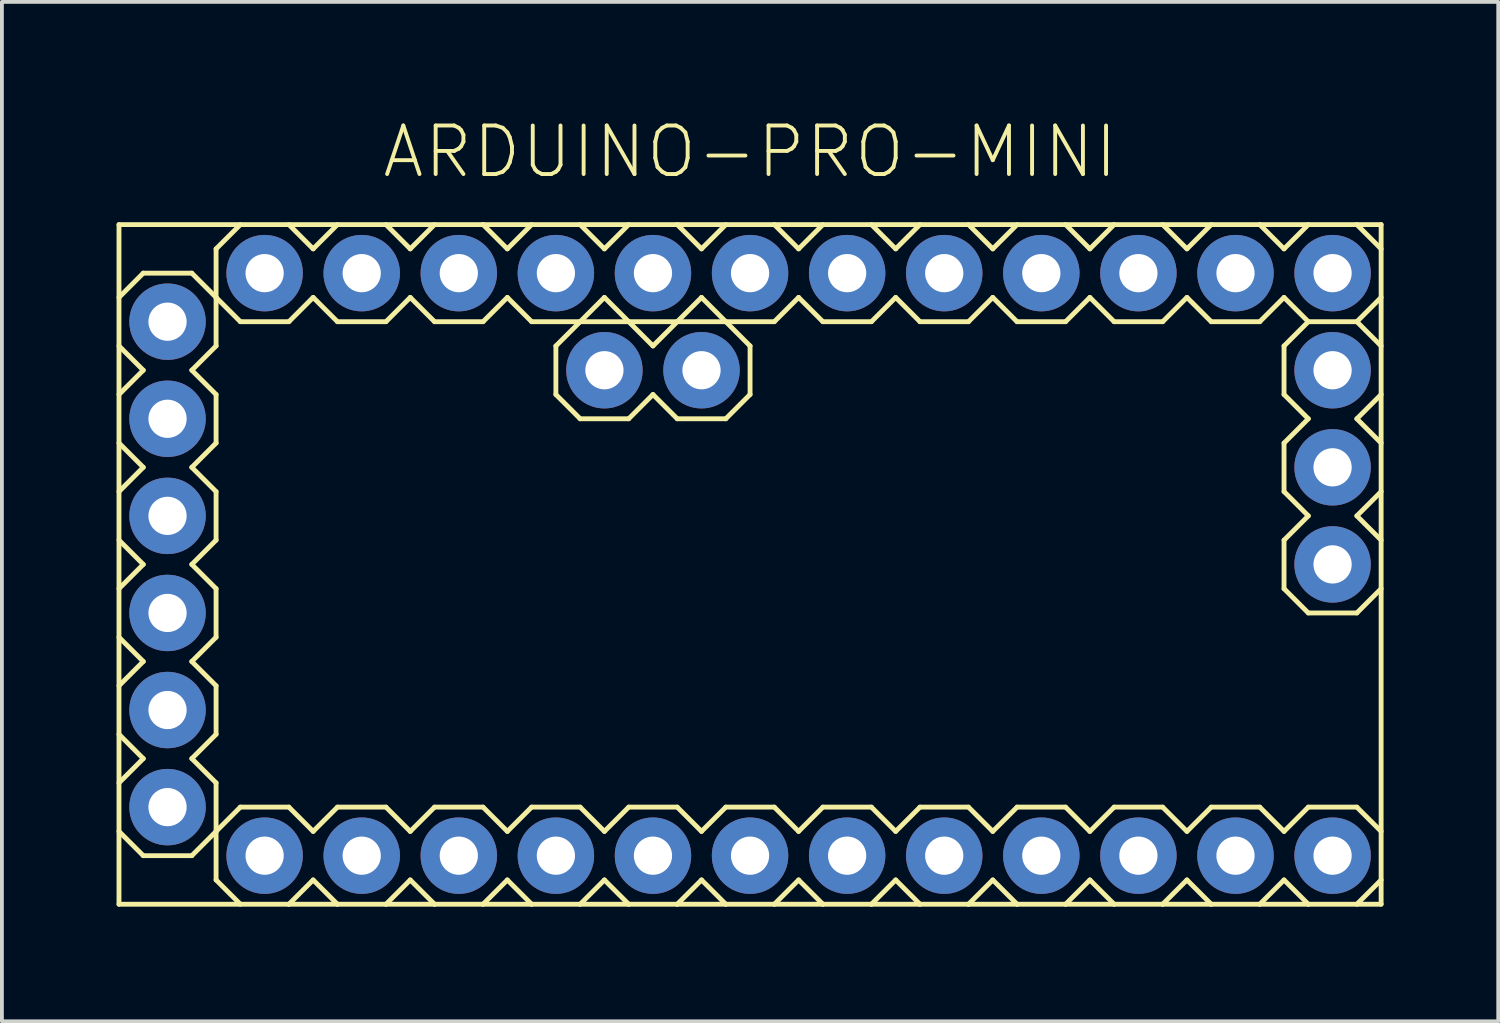
<source format=kicad_pcb>
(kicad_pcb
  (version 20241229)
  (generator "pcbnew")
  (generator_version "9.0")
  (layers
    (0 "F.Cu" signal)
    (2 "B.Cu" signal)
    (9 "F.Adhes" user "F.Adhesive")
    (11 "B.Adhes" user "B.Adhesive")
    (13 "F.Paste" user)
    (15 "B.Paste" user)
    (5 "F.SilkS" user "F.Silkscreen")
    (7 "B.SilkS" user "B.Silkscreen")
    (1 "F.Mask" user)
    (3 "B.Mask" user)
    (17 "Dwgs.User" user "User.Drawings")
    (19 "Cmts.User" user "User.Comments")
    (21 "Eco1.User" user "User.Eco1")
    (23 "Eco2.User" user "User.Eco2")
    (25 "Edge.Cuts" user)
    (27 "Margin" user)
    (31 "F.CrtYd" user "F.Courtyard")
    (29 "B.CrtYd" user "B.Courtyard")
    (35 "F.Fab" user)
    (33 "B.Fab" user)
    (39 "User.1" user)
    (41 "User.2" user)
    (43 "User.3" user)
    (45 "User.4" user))
  (footprint "ARDUINO-PRO-MINI"
    (layer "F.Cu")
    (at 16.573 11.716)
    (property "Reference" "ARDUINO-PRO-MINI" (at 0 -10.795 0) (layer "F.SilkS") (effects (font (size 1.27 1.27) (thickness 0.102))))
    (attr exclude_from_pos_files exclude_from_bom)
    (fp_line (start -16.51 -8.89) (end -16.51 8.89) (stroke (width 0.127) (type solid)) (layer "F.SilkS"))
    (fp_line (start -16.51 -5.715) (end -15.875 -5.08) (stroke (width 0.127) (type solid)) (layer "F.SilkS"))
    (fp_line (start -16.51 -3.175) (end -15.875 -2.54) (stroke (width 0.127) (type solid)) (layer "F.SilkS"))
    (fp_line (start -16.51 -0.635) (end -15.875 0) (stroke (width 0.127) (type solid)) (layer "F.SilkS"))
    (fp_line (start -16.51 1.905) (end -15.875 2.54) (stroke (width 0.127) (type solid)) (layer "F.SilkS"))
    (fp_line (start -16.51 4.445) (end -15.875 5.08) (stroke (width 0.127) (type solid)) (layer "F.SilkS"))
    (fp_line (start -16.51 6.985) (end -15.875 7.62) (stroke (width 0.127) (type solid)) (layer "F.SilkS"))
    (fp_line (start -16.51 8.89) (end -12.065 8.89) (stroke (width 0.127) (type solid)) (layer "F.SilkS"))
    (fp_line (start -15.875 -7.62) (end -16.51 -6.985) (stroke (width 0.127) (type solid)) (layer "F.SilkS"))
    (fp_line (start -15.875 -5.08) (end -16.51 -4.445) (stroke (width 0.127) (type solid)) (layer "F.SilkS"))
    (fp_line (start -15.875 -2.54) (end -16.51 -1.905) (stroke (width 0.127) (type solid)) (layer "F.SilkS"))
    (fp_line (start -15.875 0) (end -16.51 0.635) (stroke (width 0.127) (type solid)) (layer "F.SilkS"))
    (fp_line (start -15.875 2.54) (end -16.51 3.175) (stroke (width 0.127) (type solid)) (layer "F.SilkS"))
    (fp_line (start -15.875 5.08) (end -16.51 5.715) (stroke (width 0.127) (type solid)) (layer "F.SilkS"))
    (fp_line (start -15.875 7.62) (end -14.605 7.62) (stroke (width 0.127) (type solid)) (layer "F.SilkS"))
    (fp_line (start -14.605 -7.62) (end -15.875 -7.62) (stroke (width 0.127) (type solid)) (layer "F.SilkS"))
    (fp_line (start -14.605 -5.08) (end -13.97 -5.715) (stroke (width 0.127) (type solid)) (layer "F.SilkS"))
    (fp_line (start -14.605 -2.54) (end -13.97 -3.175) (stroke (width 0.127) (type solid)) (layer "F.SilkS"))
    (fp_line (start -14.605 0) (end -13.97 -0.635) (stroke (width 0.127) (type solid)) (layer "F.SilkS"))
    (fp_line (start -14.605 2.54) (end -13.97 1.905) (stroke (width 0.127) (type solid)) (layer "F.SilkS"))
    (fp_line (start -14.605 5.08) (end -13.97 4.445) (stroke (width 0.127) (type solid)) (layer "F.SilkS"))
    (fp_line (start -14.605 7.62) (end -13.97 6.985) (stroke (width 0.127) (type solid)) (layer "F.SilkS"))
    (fp_line (start -13.97 -8.255) (end -13.97 -6.985) (stroke (width 0.127) (type solid)) (layer "F.SilkS"))
    (fp_line (start -13.97 -6.985) (end -14.605 -7.62) (stroke (width 0.127) (type solid)) (layer "F.SilkS"))
    (fp_line (start -13.97 -6.985) (end -13.335 -6.35) (stroke (width 0.127) (type solid)) (layer "F.SilkS"))
    (fp_line (start -13.97 -5.715) (end -13.97 -6.985) (stroke (width 0.127) (type solid)) (layer "F.SilkS"))
    (fp_line (start -13.97 -4.445) (end -14.605 -5.08) (stroke (width 0.127) (type solid)) (layer "F.SilkS"))
    (fp_line (start -13.97 -3.175) (end -13.97 -4.445) (stroke (width 0.127) (type solid)) (layer "F.SilkS"))
    (fp_line (start -13.97 -1.905) (end -14.605 -2.54) (stroke (width 0.127) (type solid)) (layer "F.SilkS"))
    (fp_line (start -13.97 -0.635) (end -13.97 -1.905) (stroke (width 0.127) (type solid)) (layer "F.SilkS"))
    (fp_line (start -13.97 0.635) (end -14.605 0) (stroke (width 0.127) (type solid)) (layer "F.SilkS"))
    (fp_line (start -13.97 1.905) (end -13.97 0.635) (stroke (width 0.127) (type solid)) (layer "F.SilkS"))
    (fp_line (start -13.97 3.175) (end -14.605 2.54) (stroke (width 0.127) (type solid)) (layer "F.SilkS"))
    (fp_line (start -13.97 4.445) (end -13.97 3.175) (stroke (width 0.127) (type solid)) (layer "F.SilkS"))
    (fp_line (start -13.97 5.715) (end -14.605 5.08) (stroke (width 0.127) (type solid)) (layer "F.SilkS"))
    (fp_line (start -13.97 6.985) (end -13.97 5.715) (stroke (width 0.127) (type solid)) (layer "F.SilkS"))
    (fp_line (start -13.97 6.985) (end -13.97 8.255) (stroke (width 0.127) (type solid)) (layer "F.SilkS"))
    (fp_line (start -13.335 -8.89) (end -13.97 -8.255) (stroke (width 0.127) (type solid)) (layer "F.SilkS"))
    (fp_line (start -13.335 -6.35) (end -12.065 -6.35) (stroke (width 0.127) (type solid)) (layer "F.SilkS"))
    (fp_line (start -13.335 6.35) (end -13.97 6.985) (stroke (width 0.127) (type solid)) (layer "F.SilkS"))
    (fp_line (start -13.335 6.35) (end -12.065 6.35) (stroke (width 0.127) (type solid)) (layer "F.SilkS"))
    (fp_line (start -13.335 8.89) (end -13.97 8.255) (stroke (width 0.127) (type solid)) (layer "F.SilkS"))
    (fp_line (start -12.065 -6.35) (end -11.43 -6.985) (stroke (width 0.127) (type solid)) (layer "F.SilkS"))
    (fp_line (start -12.065 6.35) (end -11.43 6.985) (stroke (width 0.127) (type solid)) (layer "F.SilkS"))
    (fp_line (start -12.065 8.89) (end -11.43 8.255) (stroke (width 0.127) (type solid)) (layer "F.SilkS"))
    (fp_line (start -12.065 8.89) (end -10.795 8.89) (stroke (width 0.127) (type solid)) (layer "F.SilkS"))
    (fp_line (start -11.43 -8.255) (end -12.065 -8.89) (stroke (width 0.127) (type solid)) (layer "F.SilkS"))
    (fp_line (start -11.43 -6.985) (end -10.795 -6.35) (stroke (width 0.127) (type solid)) (layer "F.SilkS"))
    (fp_line (start -11.43 6.985) (end -10.795 6.35) (stroke (width 0.127) (type solid)) (layer "F.SilkS"))
    (fp_line (start -11.43 8.255) (end -10.795 8.89) (stroke (width 0.127) (type solid)) (layer "F.SilkS"))
    (fp_line (start -10.795 -8.89) (end -11.43 -8.255) (stroke (width 0.127) (type solid)) (layer "F.SilkS"))
    (fp_line (start -10.795 -6.35) (end -9.525 -6.35) (stroke (width 0.127) (type solid)) (layer "F.SilkS"))
    (fp_line (start -10.795 6.35) (end -9.525 6.35) (stroke (width 0.127) (type solid)) (layer "F.SilkS"))
    (fp_line (start -10.795 8.89) (end -9.525 8.89) (stroke (width 0.127) (type solid)) (layer "F.SilkS"))
    (fp_line (start -9.525 -6.35) (end -8.89 -6.985) (stroke (width 0.127) (type solid)) (layer "F.SilkS"))
    (fp_line (start -9.525 6.35) (end -8.89 6.985) (stroke (width 0.127) (type solid)) (layer "F.SilkS"))
    (fp_line (start -9.525 8.89) (end -8.89 8.255) (stroke (width 0.127) (type solid)) (layer "F.SilkS"))
    (fp_line (start -9.525 8.89) (end -8.255 8.89) (stroke (width 0.127) (type solid)) (layer "F.SilkS"))
    (fp_line (start -8.89 -8.255) (end -9.525 -8.89) (stroke (width 0.127) (type solid)) (layer "F.SilkS"))
    (fp_line (start -8.89 -6.985) (end -8.255 -6.35) (stroke (width 0.127) (type solid)) (layer "F.SilkS"))
    (fp_line (start -8.89 6.985) (end -8.255 6.35) (stroke (width 0.127) (type solid)) (layer "F.SilkS"))
    (fp_line (start -8.89 8.255) (end -8.255 8.89) (stroke (width 0.127) (type solid)) (layer "F.SilkS"))
    (fp_line (start -8.255 -8.89) (end -8.89 -8.255) (stroke (width 0.127) (type solid)) (layer "F.SilkS"))
    (fp_line (start -8.255 -6.35) (end -6.985 -6.35) (stroke (width 0.127) (type solid)) (layer "F.SilkS"))
    (fp_line (start -8.255 6.35) (end -6.985 6.35) (stroke (width 0.127) (type solid)) (layer "F.SilkS"))
    (fp_line (start -8.255 8.89) (end -6.985 8.89) (stroke (width 0.127) (type solid)) (layer "F.SilkS"))
    (fp_line (start -6.985 -8.89) (end -16.51 -8.89) (stroke (width 0.127) (type solid)) (layer "F.SilkS"))
    (fp_line (start -6.985 -6.35) (end -6.35 -6.985) (stroke (width 0.127) (type solid)) (layer "F.SilkS"))
    (fp_line (start -6.985 6.35) (end -6.35 6.985) (stroke (width 0.127) (type solid)) (layer "F.SilkS"))
    (fp_line (start -6.985 8.89) (end -6.35 8.255) (stroke (width 0.127) (type solid)) (layer "F.SilkS"))
    (fp_line (start -6.985 8.89) (end -5.715 8.89) (stroke (width 0.127) (type solid)) (layer "F.SilkS"))
    (fp_line (start -6.35 -8.255) (end -6.985 -8.89) (stroke (width 0.127) (type solid)) (layer "F.SilkS"))
    (fp_line (start -6.35 -6.985) (end -5.715 -6.35) (stroke (width 0.127) (type solid)) (layer "F.SilkS"))
    (fp_line (start -6.35 6.985) (end -5.715 6.35) (stroke (width 0.127) (type solid)) (layer "F.SilkS"))
    (fp_line (start -6.35 8.255) (end -5.715 8.89) (stroke (width 0.127) (type solid)) (layer "F.SilkS"))
    (fp_line (start -5.715 -8.89) (end -6.35 -8.255) (stroke (width 0.127) (type solid)) (layer "F.SilkS"))
    (fp_line (start -5.715 -6.35) (end -4.445 -6.35) (stroke (width 0.127) (type solid)) (layer "F.SilkS"))
    (fp_line (start -5.715 6.35) (end -4.445 6.35) (stroke (width 0.127) (type solid)) (layer "F.SilkS"))
    (fp_line (start -5.715 8.89) (end -4.445 8.89) (stroke (width 0.127) (type solid)) (layer "F.SilkS"))
    (fp_line (start -5.08 -5.715) (end -4.445 -6.35) (stroke (width 0.127) (type solid)) (layer "F.SilkS"))
    (fp_line (start -5.08 -4.445) (end -5.08 -5.715) (stroke (width 0.127) (type solid)) (layer "F.SilkS"))
    (fp_line (start -4.445 -6.35) (end -3.81 -6.985) (stroke (width 0.127) (type solid)) (layer "F.SilkS"))
    (fp_line (start -4.445 -6.35) (end -3.175 -6.35) (stroke (width 0.127) (type solid)) (layer "F.SilkS"))
    (fp_line (start -4.445 -3.81) (end -5.08 -4.445) (stroke (width 0.127) (type solid)) (layer "F.SilkS"))
    (fp_line (start -4.445 6.35) (end -3.81 6.985) (stroke (width 0.127) (type solid)) (layer "F.SilkS"))
    (fp_line (start -4.445 8.89) (end -3.81 8.255) (stroke (width 0.127) (type solid)) (layer "F.SilkS"))
    (fp_line (start -4.445 8.89) (end -3.175 8.89) (stroke (width 0.127) (type solid)) (layer "F.SilkS"))
    (fp_line (start -3.81 -8.255) (end -4.445 -8.89) (stroke (width 0.127) (type solid)) (layer "F.SilkS"))
    (fp_line (start -3.81 -6.985) (end -3.175 -6.35) (stroke (width 0.127) (type solid)) (layer "F.SilkS"))
    (fp_line (start -3.81 6.985) (end -3.175 6.35) (stroke (width 0.127) (type solid)) (layer "F.SilkS"))
    (fp_line (start -3.81 8.255) (end -3.175 8.89) (stroke (width 0.127) (type solid)) (layer "F.SilkS"))
    (fp_line (start -3.175 -8.89) (end -3.81 -8.255) (stroke (width 0.127) (type solid)) (layer "F.SilkS"))
    (fp_line (start -3.175 -6.35) (end -2.54 -5.715) (stroke (width 0.127) (type solid)) (layer "F.SilkS"))
    (fp_line (start -3.175 -6.35) (end -1.905 -6.35) (stroke (width 0.127) (type solid)) (layer "F.SilkS"))
    (fp_line (start -3.175 -3.81) (end -4.445 -3.81) (stroke (width 0.127) (type solid)) (layer "F.SilkS"))
    (fp_line (start -3.175 6.35) (end -1.905 6.35) (stroke (width 0.127) (type solid)) (layer "F.SilkS"))
    (fp_line (start -3.175 8.89) (end -1.905 8.89) (stroke (width 0.127) (type solid)) (layer "F.SilkS"))
    (fp_line (start -2.54 -5.715) (end -1.905 -6.35) (stroke (width 0.127) (type solid)) (layer "F.SilkS"))
    (fp_line (start -2.54 -4.445) (end -3.175 -3.81) (stroke (width 0.127) (type solid)) (layer "F.SilkS"))
    (fp_line (start -1.905 -6.35) (end -1.27 -6.985) (stroke (width 0.127) (type solid)) (layer "F.SilkS"))
    (fp_line (start -1.905 -6.35) (end -0.635 -6.35) (stroke (width 0.127) (type solid)) (layer "F.SilkS"))
    (fp_line (start -1.905 -3.81) (end -2.54 -4.445) (stroke (width 0.127) (type solid)) (layer "F.SilkS"))
    (fp_line (start -1.905 6.35) (end -1.27 6.985) (stroke (width 0.127) (type solid)) (layer "F.SilkS"))
    (fp_line (start -1.905 8.89) (end -1.27 8.255) (stroke (width 0.127) (type solid)) (layer "F.SilkS"))
    (fp_line (start -1.905 8.89) (end -0.635 8.89) (stroke (width 0.127) (type solid)) (layer "F.SilkS"))
    (fp_line (start -1.27 -8.255) (end -1.905 -8.89) (stroke (width 0.127) (type solid)) (layer "F.SilkS"))
    (fp_line (start -1.27 -6.985) (end -0.635 -6.35) (stroke (width 0.127) (type solid)) (layer "F.SilkS"))
    (fp_line (start -1.27 6.985) (end -0.635 6.35) (stroke (width 0.127) (type solid)) (layer "F.SilkS"))
    (fp_line (start -1.27 8.255) (end -0.635 8.89) (stroke (width 0.127) (type solid)) (layer "F.SilkS"))
    (fp_line (start -0.635 -8.89) (end -1.27 -8.255) (stroke (width 0.127) (type solid)) (layer "F.SilkS"))
    (fp_line (start -0.635 -6.35) (end 0 -5.715) (stroke (width 0.127) (type solid)) (layer "F.SilkS"))
    (fp_line (start -0.635 -6.35) (end 0.635 -6.35) (stroke (width 0.127) (type solid)) (layer "F.SilkS"))
    (fp_line (start -0.635 -3.81) (end -1.905 -3.81) (stroke (width 0.127) (type solid)) (layer "F.SilkS"))
    (fp_line (start -0.635 6.35) (end 0.635 6.35) (stroke (width 0.127) (type solid)) (layer "F.SilkS"))
    (fp_line (start -0.635 8.89) (end 0.635 8.89) (stroke (width 0.127) (type solid)) (layer "F.SilkS"))
    (fp_line (start 0 -5.715) (end 0 -4.445) (stroke (width 0.127) (type solid)) (layer "F.SilkS"))
    (fp_line (start 0 -4.445) (end -0.635 -3.81) (stroke (width 0.127) (type solid)) (layer "F.SilkS"))
    (fp_line (start 0.635 -6.35) (end 1.27 -6.985) (stroke (width 0.127) (type solid)) (layer "F.SilkS"))
    (fp_line (start 0.635 6.35) (end 1.27 6.985) (stroke (width 0.127) (type solid)) (layer "F.SilkS"))
    (fp_line (start 0.635 8.89) (end 1.27 8.255) (stroke (width 0.127) (type solid)) (layer "F.SilkS"))
    (fp_line (start 0.635 8.89) (end 1.905 8.89) (stroke (width 0.127) (type solid)) (layer "F.SilkS"))
    (fp_line (start 1.27 -8.255) (end 0.635 -8.89) (stroke (width 0.127) (type solid)) (layer "F.SilkS"))
    (fp_line (start 1.27 -6.985) (end 1.905 -6.35) (stroke (width 0.127) (type solid)) (layer "F.SilkS"))
    (fp_line (start 1.27 6.985) (end 1.905 6.35) (stroke (width 0.127) (type solid)) (layer "F.SilkS"))
    (fp_line (start 1.27 8.255) (end 1.905 8.89) (stroke (width 0.127) (type solid)) (layer "F.SilkS"))
    (fp_line (start 1.905 -8.89) (end 1.27 -8.255) (stroke (width 0.127) (type solid)) (layer "F.SilkS"))
    (fp_line (start 1.905 -6.35) (end 3.175 -6.35) (stroke (width 0.127) (type solid)) (layer "F.SilkS"))
    (fp_line (start 1.905 6.35) (end 3.175 6.35) (stroke (width 0.127) (type solid)) (layer "F.SilkS"))
    (fp_line (start 1.905 8.89) (end 3.175 8.89) (stroke (width 0.127) (type solid)) (layer "F.SilkS"))
    (fp_line (start 3.175 -6.35) (end 3.81 -6.985) (stroke (width 0.127) (type solid)) (layer "F.SilkS"))
    (fp_line (start 3.175 6.35) (end 3.81 6.985) (stroke (width 0.127) (type solid)) (layer "F.SilkS"))
    (fp_line (start 3.175 8.89) (end 3.81 8.255) (stroke (width 0.127) (type solid)) (layer "F.SilkS"))
    (fp_line (start 3.175 8.89) (end 4.445 8.89) (stroke (width 0.127) (type solid)) (layer "F.SilkS"))
    (fp_line (start 3.81 -8.255) (end 3.175 -8.89) (stroke (width 0.127) (type solid)) (layer "F.SilkS"))
    (fp_line (start 3.81 -6.985) (end 4.445 -6.35) (stroke (width 0.127) (type solid)) (layer "F.SilkS"))
    (fp_line (start 3.81 6.985) (end 4.445 6.35) (stroke (width 0.127) (type solid)) (layer "F.SilkS"))
    (fp_line (start 3.81 8.255) (end 4.445 8.89) (stroke (width 0.127) (type solid)) (layer "F.SilkS"))
    (fp_line (start 4.445 -8.89) (end 3.81 -8.255) (stroke (width 0.127) (type solid)) (layer "F.SilkS"))
    (fp_line (start 4.445 -6.35) (end 5.715 -6.35) (stroke (width 0.127) (type solid)) (layer "F.SilkS"))
    (fp_line (start 4.445 6.35) (end 5.715 6.35) (stroke (width 0.127) (type solid)) (layer "F.SilkS"))
    (fp_line (start 4.445 8.89) (end 5.715 8.89) (stroke (width 0.127) (type solid)) (layer "F.SilkS"))
    (fp_line (start 5.715 -6.35) (end 6.35 -6.985) (stroke (width 0.127) (type solid)) (layer "F.SilkS"))
    (fp_line (start 5.715 6.35) (end 6.35 6.985) (stroke (width 0.127) (type solid)) (layer "F.SilkS"))
    (fp_line (start 5.715 8.89) (end 6.35 8.255) (stroke (width 0.127) (type solid)) (layer "F.SilkS"))
    (fp_line (start 5.715 8.89) (end 6.985 8.89) (stroke (width 0.127) (type solid)) (layer "F.SilkS"))
    (fp_line (start 6.35 -8.255) (end 5.715 -8.89) (stroke (width 0.127) (type solid)) (layer "F.SilkS"))
    (fp_line (start 6.35 -6.985) (end 6.985 -6.35) (stroke (width 0.127) (type solid)) (layer "F.SilkS"))
    (fp_line (start 6.35 6.985) (end 6.985 6.35) (stroke (width 0.127) (type solid)) (layer "F.SilkS"))
    (fp_line (start 6.35 8.255) (end 6.985 8.89) (stroke (width 0.127) (type solid)) (layer "F.SilkS"))
    (fp_line (start 6.985 -8.89) (end 6.35 -8.255) (stroke (width 0.127) (type solid)) (layer "F.SilkS"))
    (fp_line (start 6.985 -6.35) (end 8.255 -6.35) (stroke (width 0.127) (type solid)) (layer "F.SilkS"))
    (fp_line (start 6.985 6.35) (end 8.255 6.35) (stroke (width 0.127) (type solid)) (layer "F.SilkS"))
    (fp_line (start 6.985 8.89) (end 8.255 8.89) (stroke (width 0.127) (type solid)) (layer "F.SilkS"))
    (fp_line (start 8.255 -6.35) (end 8.89 -6.985) (stroke (width 0.127) (type solid)) (layer "F.SilkS"))
    (fp_line (start 8.255 6.35) (end 8.89 6.985) (stroke (width 0.127) (type solid)) (layer "F.SilkS"))
    (fp_line (start 8.255 8.89) (end 8.89 8.255) (stroke (width 0.127) (type solid)) (layer "F.SilkS"))
    (fp_line (start 8.255 8.89) (end 9.525 8.89) (stroke (width 0.127) (type solid)) (layer "F.SilkS"))
    (fp_line (start 8.89 -8.255) (end 8.255 -8.89) (stroke (width 0.127) (type solid)) (layer "F.SilkS"))
    (fp_line (start 8.89 -8.255) (end 9.525 -8.89) (stroke (width 0.127) (type solid)) (layer "F.SilkS"))
    (fp_line (start 8.89 -6.985) (end 9.525 -6.35) (stroke (width 0.127) (type solid)) (layer "F.SilkS"))
    (fp_line (start 8.89 6.985) (end 9.525 6.35) (stroke (width 0.127) (type solid)) (layer "F.SilkS"))
    (fp_line (start 8.89 8.255) (end 9.525 8.89) (stroke (width 0.127) (type solid)) (layer "F.SilkS"))
    (fp_line (start 9.525 -8.89) (end -6.985 -8.89) (stroke (width 0.127) (type solid)) (layer "F.SilkS"))
    (fp_line (start 9.525 -6.35) (end 10.795 -6.35) (stroke (width 0.127) (type solid)) (layer "F.SilkS"))
    (fp_line (start 9.525 6.35) (end 10.795 6.35) (stroke (width 0.127) (type solid)) (layer "F.SilkS"))
    (fp_line (start 9.525 8.89) (end 10.795 8.89) (stroke (width 0.127) (type solid)) (layer "F.SilkS"))
    (fp_line (start 10.795 -6.35) (end 11.43 -6.985) (stroke (width 0.127) (type solid)) (layer "F.SilkS"))
    (fp_line (start 10.795 6.35) (end 11.43 6.985) (stroke (width 0.127) (type solid)) (layer "F.SilkS"))
    (fp_line (start 10.795 8.89) (end 11.43 8.255) (stroke (width 0.127) (type solid)) (layer "F.SilkS"))
    (fp_line (start 10.795 8.89) (end 12.065 8.89) (stroke (width 0.127) (type solid)) (layer "F.SilkS"))
    (fp_line (start 11.43 -8.255) (end 10.795 -8.89) (stroke (width 0.127) (type solid)) (layer "F.SilkS"))
    (fp_line (start 11.43 -6.985) (end 12.065 -6.35) (stroke (width 0.127) (type solid)) (layer "F.SilkS"))
    (fp_line (start 11.43 6.985) (end 12.065 6.35) (stroke (width 0.127) (type solid)) (layer "F.SilkS"))
    (fp_line (start 11.43 8.255) (end 12.065 8.89) (stroke (width 0.127) (type solid)) (layer "F.SilkS"))
    (fp_line (start 12.065 -8.89) (end 11.43 -8.255) (stroke (width 0.127) (type solid)) (layer "F.SilkS"))
    (fp_line (start 12.065 -6.35) (end 13.335 -6.35) (stroke (width 0.127) (type solid)) (layer "F.SilkS"))
    (fp_line (start 12.065 6.35) (end 13.335 6.35) (stroke (width 0.127) (type solid)) (layer "F.SilkS"))
    (fp_line (start 12.065 8.89) (end 13.335 8.89) (stroke (width 0.127) (type solid)) (layer "F.SilkS"))
    (fp_line (start 13.335 -8.89) (end 9.525 -8.89) (stroke (width 0.127) (type solid)) (layer "F.SilkS"))
    (fp_line (start 13.335 -6.35) (end 13.97 -6.985) (stroke (width 0.127) (type solid)) (layer "F.SilkS"))
    (fp_line (start 13.335 6.35) (end 13.97 6.985) (stroke (width 0.127) (type solid)) (layer "F.SilkS"))
    (fp_line (start 13.335 8.89) (end 14.605 8.89) (stroke (width 0.127) (type solid)) (layer "F.SilkS"))
    (fp_line (start 13.97 -8.255) (end 13.335 -8.89) (stroke (width 0.127) (type solid)) (layer "F.SilkS"))
    (fp_line (start 13.97 -6.985) (end 14.605 -6.35) (stroke (width 0.127) (type solid)) (layer "F.SilkS"))
    (fp_line (start 13.97 -5.715) (end 14.605 -6.35) (stroke (width 0.127) (type solid)) (layer "F.SilkS"))
    (fp_line (start 13.97 -4.445) (end 13.97 -5.715) (stroke (width 0.127) (type solid)) (layer "F.SilkS"))
    (fp_line (start 13.97 -3.175) (end 14.605 -3.81) (stroke (width 0.127) (type solid)) (layer "F.SilkS"))
    (fp_line (start 13.97 -1.905) (end 13.97 -3.175) (stroke (width 0.127) (type solid)) (layer "F.SilkS"))
    (fp_line (start 13.97 -0.635) (end 14.605 -1.27) (stroke (width 0.127) (type solid)) (layer "F.SilkS"))
    (fp_line (start 13.97 0.635) (end 13.97 -0.635) (stroke (width 0.127) (type solid)) (layer "F.SilkS"))
    (fp_line (start 13.97 6.985) (end 14.605 6.35) (stroke (width 0.127) (type solid)) (layer "F.SilkS"))
    (fp_line (start 13.97 8.255) (end 13.335 8.89) (stroke (width 0.127) (type solid)) (layer "F.SilkS"))
    (fp_line (start 14.605 -8.89) (end 13.97 -8.255) (stroke (width 0.127) (type solid)) (layer "F.SilkS"))
    (fp_line (start 14.605 -6.35) (end 15.875 -6.35) (stroke (width 0.127) (type solid)) (layer "F.SilkS"))
    (fp_line (start 14.605 -3.81) (end 13.97 -4.445) (stroke (width 0.127) (type solid)) (layer "F.SilkS"))
    (fp_line (start 14.605 -1.27) (end 13.97 -1.905) (stroke (width 0.127) (type solid)) (layer "F.SilkS"))
    (fp_line (start 14.605 1.27) (end 13.97 0.635) (stroke (width 0.127) (type solid)) (layer "F.SilkS"))
    (fp_line (start 14.605 6.35) (end 15.875 6.35) (stroke (width 0.127) (type solid)) (layer "F.SilkS"))
    (fp_line (start 14.605 8.89) (end 13.97 8.255) (stroke (width 0.127) (type solid)) (layer "F.SilkS"))
    (fp_line (start 14.605 8.89) (end 16.51 8.89) (stroke (width 0.127) (type solid)) (layer "F.SilkS"))
    (fp_line (start 15.875 -6.35) (end 16.51 -6.985) (stroke (width 0.127) (type solid)) (layer "F.SilkS"))
    (fp_line (start 15.875 -6.35) (end 16.51 -5.715) (stroke (width 0.127) (type solid)) (layer "F.SilkS"))
    (fp_line (start 15.875 -3.81) (end 16.51 -3.175) (stroke (width 0.127) (type solid)) (layer "F.SilkS"))
    (fp_line (start 15.875 -1.27) (end 16.51 -0.635) (stroke (width 0.127) (type solid)) (layer "F.SilkS"))
    (fp_line (start 15.875 1.27) (end 14.605 1.27) (stroke (width 0.127) (type solid)) (layer "F.SilkS"))
    (fp_line (start 15.875 8.89) (end 16.51 8.255) (stroke (width 0.127) (type solid)) (layer "F.SilkS"))
    (fp_line (start 16.51 -8.89) (end 13.335 -8.89) (stroke (width 0.127) (type solid)) (layer "F.SilkS"))
    (fp_line (start 16.51 -8.255) (end 15.875 -8.89) (stroke (width 0.127) (type solid)) (layer "F.SilkS"))
    (fp_line (start 16.51 -4.445) (end 15.875 -3.81) (stroke (width 0.127) (type solid)) (layer "F.SilkS"))
    (fp_line (start 16.51 -1.905) (end 15.875 -1.27) (stroke (width 0.127) (type solid)) (layer "F.SilkS"))
    (fp_line (start 16.51 0.635) (end 15.875 1.27) (stroke (width 0.127) (type solid)) (layer "F.SilkS"))
    (fp_line (start 16.51 6.985) (end 15.875 6.35) (stroke (width 0.127) (type solid)) (layer "F.SilkS"))
    (fp_line (start 16.51 8.89) (end 16.51 -8.89) (stroke (width 0.127) (type solid)) (layer "F.SilkS"))
    (pad "J1.1" thru_hole circle (at -15.24 -6.35 90) (size 2 2) (drill 1) (layers "*.Cu" "*.Mask"))
    (pad "J1.2" thru_hole circle (at -15.24 -3.81 90) (size 2 2) (drill 1) (layers "*.Cu" "*.Mask"))
    (pad "J1.3" thru_hole circle (at -15.24 -1.27 90) (size 2 2) (drill 1) (layers "*.Cu" "*.Mask"))
    (pad "J1.4" thru_hole circle (at -15.24 1.27 90) (size 2 2) (drill 1) (layers "*.Cu" "*.Mask"))
    (pad "J1.5" thru_hole circle (at -15.24 3.81 90) (size 2 2) (drill 1) (layers "*.Cu" "*.Mask"))
    (pad "J1.6" thru_hole circle (at -15.24 6.35 90) (size 2 2) (drill 1) (layers "*.Cu" "*.Mask"))
    (pad "J2.1" thru_hole circle (at -1.27 -5.08 90) (size 2 2) (drill 1) (layers "*.Cu" "*.Mask"))
    (pad "J2.2" thru_hole circle (at -3.81 -5.08 90) (size 2 2) (drill 1) (layers "*.Cu" "*.Mask"))
    (pad "J3.1" thru_hole circle (at 15.24 0 90) (size 2 2) (drill 1) (layers "*.Cu" "*.Mask"))
    (pad "J3.2" thru_hole circle (at 15.24 -2.54 90) (size 2 2) (drill 1) (layers "*.Cu" "*.Mask"))
    (pad "J3.3" thru_hole circle (at 15.24 -5.08 90) (size 2 2) (drill 1) (layers "*.Cu" "*.Mask"))
    (pad "J6.1" thru_hole circle (at -12.7 -7.62 90) (size 2 2) (drill 1) (layers "*.Cu" "*.Mask"))
    (pad "J6.2" thru_hole circle (at -10.16 -7.62 90) (size 2 2) (drill 1) (layers "*.Cu" "*.Mask"))
    (pad "J6.3" thru_hole circle (at -7.62 -7.62 90) (size 2 2) (drill 1) (layers "*.Cu" "*.Mask"))
    (pad "J6.4" thru_hole circle (at -5.08 -7.62 90) (size 2 2) (drill 1) (layers "*.Cu" "*.Mask"))
    (pad "J6.5" thru_hole circle (at -2.54 -7.62 90) (size 2 2) (drill 1) (layers "*.Cu" "*.Mask"))
    (pad "J6.6" thru_hole circle (at 0 -7.62 90) (size 2 2) (drill 1) (layers "*.Cu" "*.Mask"))
    (pad "J6.7" thru_hole circle (at 2.54 -7.62 90) (size 2 2) (drill 1) (layers "*.Cu" "*.Mask"))
    (pad "J6.8" thru_hole circle (at 5.08 -7.62 90) (size 2 2) (drill 1) (layers "*.Cu" "*.Mask"))
    (pad "J6.9" thru_hole circle (at 7.62 -7.62 90) (size 2 2) (drill 1) (layers "*.Cu" "*.Mask"))
    (pad "J6.10" thru_hole circle (at 10.16 -7.62 90) (size 2 2) (drill 1) (layers "*.Cu" "*.Mask"))
    (pad "J6.11" thru_hole circle (at 12.7 -7.62 90) (size 2 2) (drill 1) (layers "*.Cu" "*.Mask"))
    (pad "J6.12" thru_hole circle (at 15.24 -7.62 90) (size 2 2) (drill 1) (layers "*.Cu" "*.Mask"))
    (pad "J7.1" thru_hole circle (at 15.24 7.62 90) (size 2 2) (drill 1) (layers "*.Cu" "*.Mask"))
    (pad "J7.2" thru_hole circle (at 12.7 7.62 90) (size 2 2) (drill 1) (layers "*.Cu" "*.Mask"))
    (pad "J7.3" thru_hole circle (at 10.16 7.62 90) (size 2 2) (drill 1) (layers "*.Cu" "*.Mask"))
    (pad "J7.4" thru_hole circle (at 7.62 7.62 90) (size 2 2) (drill 1) (layers "*.Cu" "*.Mask"))
    (pad "J7.5" thru_hole circle (at 5.08 7.62 90) (size 2 2) (drill 1) (layers "*.Cu" "*.Mask"))
    (pad "J7.6" thru_hole circle (at 2.54 7.62 90) (size 2 2) (drill 1) (layers "*.Cu" "*.Mask"))
    (pad "J7.7" thru_hole circle (at 0 7.62 90) (size 2 2) (drill 1) (layers "*.Cu" "*.Mask"))
    (pad "J7.8" thru_hole circle (at -2.54 7.62 90) (size 2 2) (drill 1) (layers "*.Cu" "*.Mask"))
    (pad "J7.9" thru_hole circle (at -5.08 7.62 90) (size 2 2) (drill 1) (layers "*.Cu" "*.Mask"))
    (pad "J7.10" thru_hole circle (at -7.62 7.62 90) (size 2 2) (drill 1) (layers "*.Cu" "*.Mask"))
    (pad "J7.11" thru_hole circle (at -10.16 7.62 90) (size 2 2) (drill 1) (layers "*.Cu" "*.Mask"))
    (pad "J7.12" thru_hole circle (at -12.7 7.62 90) (size 2 2) (drill 1) (layers "*.Cu" "*.Mask")))
  (gr_rect
    (start -3 -3)
    (end 36.147 23.67)
    (stroke (width 0.1) (type default))
    (fill no)
    (layer "Edge.Cuts")))
</source>
